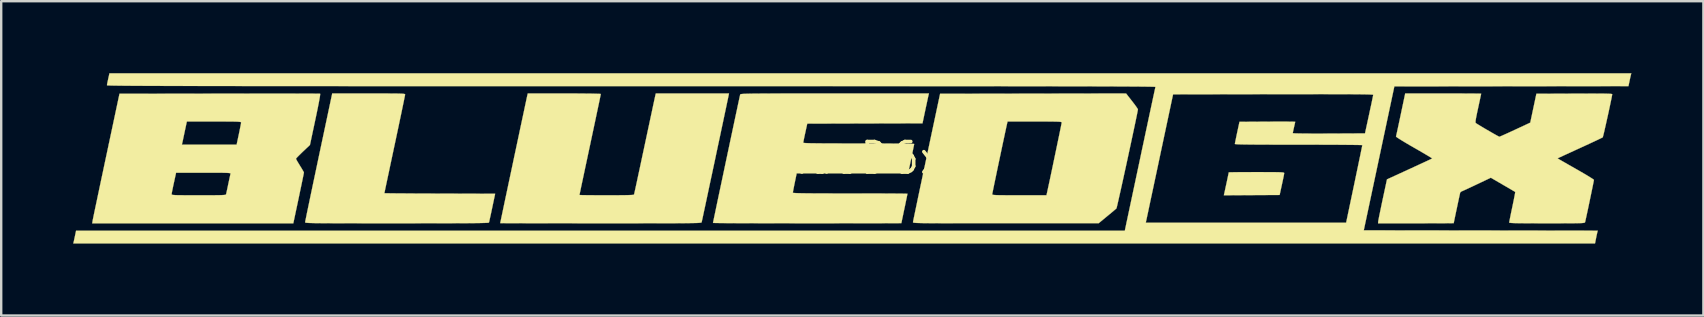
<source format=kicad_pcb>
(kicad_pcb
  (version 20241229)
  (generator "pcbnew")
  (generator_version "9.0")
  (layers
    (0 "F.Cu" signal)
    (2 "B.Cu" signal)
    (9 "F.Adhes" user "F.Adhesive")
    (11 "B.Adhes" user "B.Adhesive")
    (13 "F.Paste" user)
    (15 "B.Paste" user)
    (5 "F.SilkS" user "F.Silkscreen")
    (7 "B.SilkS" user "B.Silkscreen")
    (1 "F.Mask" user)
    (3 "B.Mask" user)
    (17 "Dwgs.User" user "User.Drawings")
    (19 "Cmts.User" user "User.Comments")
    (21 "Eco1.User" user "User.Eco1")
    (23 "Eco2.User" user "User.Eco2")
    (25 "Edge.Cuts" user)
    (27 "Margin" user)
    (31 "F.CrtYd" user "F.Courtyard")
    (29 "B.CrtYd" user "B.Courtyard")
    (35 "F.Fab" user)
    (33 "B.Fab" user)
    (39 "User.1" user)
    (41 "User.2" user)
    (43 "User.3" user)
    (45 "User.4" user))
  (footprint "BlueD6x"
    (layer "F.Cu")
    (at 32.446 3.536)
    (property "Reference" "BlueD6x" (at 0 0 0) (layer "F.SilkS") (effects (font (size 1.27 1.27) (thickness 0.15))))
    (attr through_hole)
    (fp_poly (pts (xy 17.126 0.584) (xy 17.352 0.585) (xy 17.536 0.586) (xy 17.682 0.587) (xy 17.795 0.589) (xy 17.878 0.593) (xy 17.936 0.597) (xy 17.974 0.603) (xy 17.996 0.61) (xy 18.005 0.619) (xy 18.007 0.629) (xy 18.001 0.667) (xy 17.987 0.746) (xy 17.964 0.857) (xy 17.936 0.99) (xy 17.911 1.105) (xy 17.817 1.537) (xy 16.655 1.543) (xy 15.493 1.55) (xy 15.506 1.493) (xy 15.519 1.435) (xy 15.539 1.344) (xy 15.563 1.23) (xy 15.591 1.103) (xy 15.619 0.973) (xy 15.645 0.848) (xy 15.668 0.738) (xy 15.686 0.654) (xy 15.696 0.604) (xy 15.697 0.595) (xy 15.722 0.593) (xy 15.792 0.591) (xy 15.903 0.589) (xy 16.05 0.587) (xy 16.227 0.586) (xy 16.43 0.585) (xy 16.654 0.584) (xy 16.853 0.584) (xy 17.126 0.584)) (stroke (width 0.01) (type solid)) (fill yes) (layer "F.SilkS"))
    (fp_poly (pts (xy -19.821 -2.692) (xy -19.552 -2.692) (xy -19.326 -2.691) (xy -19.14 -2.69) (xy -18.989 -2.689) (xy -18.87 -2.687) (xy -18.78 -2.684) (xy -18.714 -2.68) (xy -18.669 -2.675) (xy -18.64 -2.669) (xy -18.625 -2.662) (xy -18.619 -2.653) (xy -18.618 -2.648) (xy -18.623 -2.617) (xy -18.639 -2.54) (xy -18.663 -2.42) (xy -18.695 -2.263) (xy -18.735 -2.071) (xy -18.781 -1.848) (xy -18.834 -1.598) (xy -18.891 -1.326) (xy -18.953 -1.033) (xy -19.018 -0.726) (xy -19.05 -0.576) (xy -19.117 -0.263) (xy -19.18 0.035) (xy -19.24 0.315) (xy -19.294 0.574) (xy -19.344 0.806) (xy -19.387 1.01) (xy -19.423 1.18) (xy -19.451 1.313) (xy -19.47 1.407) (xy -19.481 1.455) (xy -19.482 1.462) (xy -19.457 1.464) (xy -19.385 1.466) (xy -19.269 1.467) (xy -19.113 1.469) (xy -18.921 1.471) (xy -18.696 1.472) (xy -18.441 1.474) (xy -18.161 1.476) (xy -17.858 1.477) (xy -17.536 1.478) (xy -17.2 1.479) (xy -17.175 1.479) (xy -14.867 1.486) (xy -14.99 2.07) (xy -15.025 2.237) (xy -15.058 2.388) (xy -15.086 2.515) (xy -15.107 2.613) (xy -15.121 2.672) (xy -15.125 2.686) (xy -15.136 2.69) (xy -15.166 2.695) (xy -15.219 2.698) (xy -15.295 2.701) (xy -15.397 2.704) (xy -15.527 2.707) (xy -15.686 2.709) (xy -15.878 2.711) (xy -16.103 2.713) (xy -16.365 2.714) (xy -16.665 2.715) (xy -17.004 2.716) (xy -17.386 2.717) (xy -17.812 2.717) (xy -18.283 2.718) (xy -18.804 2.718) (xy -18.96 2.718) (xy -19.476 2.718) (xy -19.943 2.718) (xy -20.364 2.718) (xy -20.742 2.717) (xy -21.078 2.717) (xy -21.375 2.716) (xy -21.636 2.715) (xy -21.862 2.714) (xy -22.057 2.713) (xy -22.223 2.711) (xy -22.361 2.71) (xy -22.475 2.707) (xy -22.566 2.705) (xy -22.638 2.702) (xy -22.692 2.698) (xy -22.731 2.695) (xy -22.758 2.69) (xy -22.774 2.685) (xy -22.782 2.68) (xy -22.784 2.674) (xy -22.784 2.673) (xy -22.779 2.643) (xy -22.764 2.566) (xy -22.739 2.446) (xy -22.707 2.286) (xy -22.666 2.09) (xy -22.618 1.861) (xy -22.564 1.601) (xy -22.504 1.315) (xy -22.439 1.005) (xy -22.369 0.676) (xy -22.296 0.329) (xy -22.22 -0.031) (xy -22.22 -0.032) (xy -21.655 -2.692) (xy -20.137 -2.692) (xy -19.821 -2.692)) (stroke (width 0.01) (type solid)) (fill yes) (layer "F.SilkS"))
    (fp_poly (pts (xy 11.665 -2.377) (xy 11.75 -2.267) (xy 11.822 -2.17) (xy 11.876 -2.093) (xy 11.907 -2.043) (xy 11.913 -2.03) (xy 11.907 -1.994) (xy 11.892 -1.913) (xy 11.868 -1.792) (xy 11.836 -1.636) (xy 11.797 -1.449) (xy 11.752 -1.236) (xy 11.702 -1.001) (xy 11.648 -0.748) (xy 11.591 -0.482) (xy 11.532 -0.209) (xy 11.472 0.069) (xy 11.412 0.347) (xy 11.352 0.619) (xy 11.295 0.882) (xy 11.24 1.13) (xy 11.189 1.36) (xy 11.142 1.567) (xy 11.102 1.747) (xy 11.068 1.894) (xy 11.042 2.006) (xy 11.024 2.076) (xy 11.016 2.1) (xy 10.987 2.125) (xy 10.926 2.177) (xy 10.84 2.25) (xy 10.734 2.337) (xy 10.63 2.423) (xy 10.274 2.717) (xy 6.407 2.717) (xy 5.889 2.717) (xy 5.418 2.717) (xy 4.994 2.717) (xy 4.614 2.717) (xy 4.275 2.717) (xy 3.975 2.716) (xy 3.711 2.715) (xy 3.482 2.714) (xy 3.284 2.713) (xy 3.116 2.711) (xy 2.976 2.71) (xy 2.86 2.707) (xy 2.766 2.705) (xy 2.693 2.702) (xy 2.637 2.699) (xy 2.597 2.695) (xy 2.569 2.691) (xy 2.552 2.686) (xy 2.544 2.681) (xy 2.541 2.675) (xy 2.541 2.673) (xy 2.546 2.643) (xy 2.561 2.566) (xy 2.586 2.446) (xy 2.619 2.287) (xy 2.66 2.09) (xy 2.708 1.861) (xy 2.762 1.601) (xy 2.782 1.508) (xy 5.842 1.508) (xy 5.846 1.518) (xy 5.859 1.526) (xy 5.888 1.533) (xy 5.934 1.538) (xy 6.004 1.542) (xy 6.102 1.545) (xy 6.231 1.547) (xy 6.396 1.548) (xy 6.602 1.549) (xy 6.852 1.549) (xy 6.972 1.549) (xy 8.102 1.549) (xy 8.115 1.492) (xy 8.132 1.418) (xy 8.156 1.304) (xy 8.188 1.157) (xy 8.226 0.981) (xy 8.268 0.783) (xy 8.314 0.566) (xy 8.362 0.338) (xy 8.411 0.102) (xy 8.461 -0.136) (xy 8.51 -0.37) (xy 8.557 -0.596) (xy 8.601 -0.807) (xy 8.641 -0.998) (xy 8.675 -1.165) (xy 8.703 -1.302) (xy 8.723 -1.404) (xy 8.735 -1.464) (xy 8.738 -1.48) (xy 8.735 -1.49) (xy 8.724 -1.499) (xy 8.702 -1.506) (xy 8.662 -1.512) (xy 8.601 -1.516) (xy 8.515 -1.519) (xy 8.399 -1.521) (xy 8.248 -1.523) (xy 8.059 -1.524) (xy 7.828 -1.524) (xy 7.61 -1.524) (xy 6.483 -1.524) (xy 6.468 -1.467) (xy 6.456 -1.414) (xy 6.435 -1.319) (xy 6.407 -1.188) (xy 6.372 -1.026) (xy 6.332 -0.838) (xy 6.287 -0.63) (xy 6.24 -0.407) (xy 6.191 -0.175) (xy 6.141 0.062) (xy 6.091 0.298) (xy 6.043 0.527) (xy 5.998 0.745) (xy 5.956 0.946) (xy 5.919 1.124) (xy 5.888 1.275) (xy 5.864 1.392) (xy 5.848 1.471) (xy 5.842 1.507) (xy 5.842 1.508) (xy 2.782 1.508) (xy 2.822 1.315) (xy 2.888 1.006) (xy 2.957 0.676) (xy 3.031 0.33) (xy 3.106 -0.025) (xy 3.671 -2.68) (xy 11.418 -2.693) (xy 11.665 -2.377)) (stroke (width 0.01) (type solid)) (fill yes) (layer "F.SilkS"))
    (fp_poly (pts (xy -23.873 -2.688) (xy -23.538 -2.688) (xy -23.234 -2.688) (xy -22.962 -2.687) (xy -22.725 -2.687) (xy -22.525 -2.686) (xy -22.367 -2.685) (xy -22.251 -2.684) (xy -22.181 -2.683) (xy -22.159 -2.682) (xy -22.157 -2.655) (xy -22.166 -2.578) (xy -22.187 -2.454) (xy -22.219 -2.283) (xy -22.262 -2.066) (xy -22.316 -1.804) (xy -22.357 -1.609) (xy -22.583 -0.546) (xy -22.874 -0.271) (xy -22.973 -0.175) (xy -23.058 -0.091) (xy -23.122 -0.025) (xy -23.158 0.017) (xy -23.165 0.028) (xy -23.152 0.058) (xy -23.117 0.121) (xy -23.065 0.208) (xy -23.002 0.311) (xy -23 0.315) (xy -22.936 0.418) (xy -22.884 0.506) (xy -22.848 0.569) (xy -22.834 0.6) (xy -22.834 0.6) (xy -22.839 0.629) (xy -22.853 0.702) (xy -22.876 0.815) (xy -22.906 0.961) (xy -22.942 1.136) (xy -22.984 1.334) (xy -23.029 1.55) (xy -23.054 1.67) (xy -23.276 2.718) (xy -31.654 2.718) (xy -31.637 2.61) (xy -31.63 2.571) (xy -31.612 2.485) (xy -31.586 2.357) (xy -31.551 2.189) (xy -31.508 1.985) (xy -31.458 1.749) (xy -31.407 1.506) (xy -28.346 1.506) (xy -28.344 1.516) (xy -28.332 1.525) (xy -28.307 1.532) (xy -28.266 1.537) (xy -28.202 1.542) (xy -28.112 1.545) (xy -27.992 1.547) (xy -27.837 1.548) (xy -27.643 1.549) (xy -27.406 1.549) (xy -27.218 1.549) (xy -26.948 1.549) (xy -26.725 1.549) (xy -26.544 1.548) (xy -26.401 1.546) (xy -26.29 1.544) (xy -26.208 1.54) (xy -26.151 1.536) (xy -26.113 1.53) (xy -26.091 1.522) (xy -26.08 1.513) (xy -26.077 1.505) (xy -26.067 1.465) (xy -26.05 1.386) (xy -26.026 1.277) (xy -25.999 1.147) (xy -25.985 1.079) (xy -25.956 0.944) (xy -25.93 0.823) (xy -25.909 0.728) (xy -25.896 0.668) (xy -25.892 0.654) (xy -25.891 0.644) (xy -25.899 0.635) (xy -25.919 0.628) (xy -25.956 0.622) (xy -26.014 0.618) (xy -26.097 0.615) (xy -26.21 0.612) (xy -26.357 0.611) (xy -26.543 0.61) (xy -26.77 0.61) (xy -27.02 0.61) (xy -28.16 0.61) (xy -28.253 1.036) (xy -28.284 1.179) (xy -28.31 1.307) (xy -28.331 1.411) (xy -28.343 1.481) (xy -28.346 1.506) (xy -31.407 1.506) (xy -31.402 1.484) (xy -31.341 1.193) (xy -31.275 0.88) (xy -31.204 0.548) (xy -31.131 0.201) (xy -31.069 -0.089) (xy -30.969 -0.559) (xy -27.92 -0.559) (xy -25.638 -0.559) (xy -25.544 -0.999) (xy -25.514 -1.145) (xy -25.488 -1.275) (xy -25.467 -1.381) (xy -25.454 -1.453) (xy -25.451 -1.482) (xy -25.454 -1.492) (xy -25.467 -1.5) (xy -25.494 -1.507) (xy -25.539 -1.512) (xy -25.606 -1.517) (xy -25.701 -1.52) (xy -25.826 -1.522) (xy -25.987 -1.523) (xy -26.188 -1.524) (xy -26.433 -1.524) (xy -26.581 -1.524) (xy -27.71 -1.524) (xy -27.724 -1.467) (xy -27.733 -1.422) (xy -27.751 -1.339) (xy -27.775 -1.226) (xy -27.803 -1.096) (xy -27.814 -1.041) (xy -27.843 -0.907) (xy -27.868 -0.786) (xy -27.889 -0.689) (xy -27.903 -0.628) (xy -27.906 -0.616) (xy -27.92 -0.559) (xy -30.969 -0.559) (xy -30.518 -2.68) (xy -26.352 -2.686) (xy -25.896 -2.687) (xy -25.453 -2.687) (xy -25.027 -2.688) (xy -24.62 -2.688) (xy -24.234 -2.688) (xy -23.873 -2.688)) (stroke (width 0.01) (type solid)) (fill yes) (layer "F.SilkS"))
    (fp_poly (pts (xy -11.712 -2.692) (xy -11.453 -2.691) (xy -11.216 -2.689) (xy -11.003 -2.687) (xy -10.82 -2.685) (xy -10.67 -2.681) (xy -10.558 -2.678) (xy -10.488 -2.674) (xy -10.465 -2.67) (xy -10.47 -2.643) (xy -10.485 -2.569) (xy -10.509 -2.453) (xy -10.541 -2.299) (xy -10.581 -2.109) (xy -10.628 -1.888) (xy -10.68 -1.64) (xy -10.738 -1.367) (xy -10.8 -1.075) (xy -10.866 -0.766) (xy -10.909 -0.562) (xy -10.977 -0.245) (xy -11.041 0.058) (xy -11.102 0.343) (xy -11.158 0.607) (xy -11.208 0.844) (xy -11.253 1.053) (xy -11.29 1.229) (xy -11.319 1.369) (xy -11.34 1.469) (xy -11.352 1.525) (xy -11.354 1.536) (xy -11.329 1.539) (xy -11.259 1.542) (xy -11.148 1.544) (xy -11.002 1.546) (xy -10.825 1.547) (xy -10.623 1.549) (xy -10.401 1.549) (xy -10.223 1.549) (xy -9.941 1.549) (xy -9.706 1.548) (xy -9.515 1.546) (xy -9.364 1.544) (xy -9.249 1.54) (xy -9.166 1.536) (xy -9.113 1.53) (xy -9.086 1.523) (xy -9.08 1.518) (xy -9.073 1.488) (xy -9.056 1.413) (xy -9.03 1.296) (xy -8.996 1.14) (xy -8.955 0.95) (xy -8.908 0.728) (xy -8.854 0.48) (xy -8.796 0.208) (xy -8.734 -0.083) (xy -8.668 -0.391) (xy -8.635 -0.546) (xy -8.568 -0.86) (xy -8.504 -1.161) (xy -8.443 -1.445) (xy -8.387 -1.708) (xy -8.336 -1.945) (xy -8.292 -2.154) (xy -8.254 -2.33) (xy -8.224 -2.47) (xy -8.202 -2.57) (xy -8.19 -2.625) (xy -8.188 -2.635) (xy -8.173 -2.692) (xy -5.124 -2.692) (xy -5.141 -2.61) (xy -5.152 -2.557) (xy -5.172 -2.46) (xy -5.201 -2.324) (xy -5.237 -2.151) (xy -5.28 -1.948) (xy -5.329 -1.716) (xy -5.383 -1.461) (xy -5.442 -1.185) (xy -5.503 -0.894) (xy -5.568 -0.592) (xy -5.634 -0.281) (xy -5.7 0.034) (xy -5.767 0.348) (xy -5.833 0.659) (xy -5.898 0.961) (xy -5.96 1.252) (xy -6.018 1.526) (xy -6.072 1.78) (xy -6.121 2.011) (xy -6.165 2.214) (xy -6.201 2.384) (xy -6.23 2.519) (xy -6.251 2.614) (xy -6.262 2.665) (xy -6.264 2.673) (xy -6.268 2.679) (xy -6.276 2.684) (xy -6.292 2.689) (xy -6.318 2.693) (xy -6.356 2.697) (xy -6.408 2.701) (xy -6.476 2.704) (xy -6.564 2.706) (xy -6.672 2.708) (xy -6.804 2.71) (xy -6.961 2.712) (xy -7.147 2.714) (xy -7.362 2.715) (xy -7.61 2.716) (xy -7.893 2.716) (xy -8.213 2.717) (xy -8.572 2.717) (xy -8.973 2.718) (xy -9.418 2.718) (xy -9.908 2.718) (xy -10.448 2.718) (xy -10.467 2.718) (xy -10.924 2.718) (xy -11.367 2.718) (xy -11.794 2.717) (xy -12.201 2.717) (xy -12.586 2.717) (xy -12.947 2.716) (xy -13.281 2.716) (xy -13.585 2.715) (xy -13.857 2.714) (xy -14.093 2.713) (xy -14.292 2.713) (xy -14.45 2.712) (xy -14.565 2.711) (xy -14.635 2.71) (xy -14.656 2.709) (xy -14.651 2.683) (xy -14.636 2.612) (xy -14.612 2.499) (xy -14.58 2.348) (xy -14.541 2.163) (xy -14.496 1.948) (xy -14.445 1.707) (xy -14.389 1.444) (xy -14.33 1.163) (xy -14.267 0.867) (xy -14.202 0.562) (xy -14.136 0.25) (xy -14.07 -0.064) (xy -14.003 -0.376) (xy -13.938 -0.683) (xy -13.875 -0.98) (xy -13.815 -1.264) (xy -13.758 -1.53) (xy -13.706 -1.775) (xy -13.659 -1.994) (xy -13.619 -2.185) (xy -13.585 -2.342) (xy -13.56 -2.461) (xy -13.543 -2.54) (xy -13.536 -2.572) (xy -13.508 -2.692) (xy -11.986 -2.692) (xy -11.712 -2.692)) (stroke (width 0.01) (type solid)) (fill yes) (layer "F.SilkS"))
    (fp_poly (pts (xy 3.192 -2.637) (xy 3.182 -2.596) (xy 3.164 -2.514) (xy 3.139 -2.398) (xy 3.109 -2.256) (xy 3.074 -2.096) (xy 3.057 -2.014) (xy 2.937 -1.448) (xy 0.537 -1.442) (xy -1.864 -1.435) (xy -1.947 -1.054) (xy -1.976 -0.92) (xy -2.001 -0.802) (xy -2.019 -0.71) (xy -2.029 -0.654) (xy -2.031 -0.641) (xy -2.022 -0.636) (xy -1.992 -0.631) (xy -1.939 -0.626) (xy -1.86 -0.623) (xy -1.753 -0.619) (xy -1.615 -0.617) (xy -1.443 -0.615) (xy -1.236 -0.613) (xy -0.989 -0.612) (xy -0.701 -0.611) (xy -0.37 -0.61) (xy 0.009 -0.61) (xy 0.279 -0.61) (xy 0.617 -0.609) (xy 0.94 -0.609) (xy 1.245 -0.608) (xy 1.527 -0.606) (xy 1.784 -0.604) (xy 2.012 -0.602) (xy 2.208 -0.6) (xy 2.367 -0.597) (xy 2.486 -0.594) (xy 2.562 -0.591) (xy 2.591 -0.588) (xy 2.591 -0.588) (xy 2.586 -0.559) (xy 2.572 -0.49) (xy 2.551 -0.387) (xy 2.526 -0.261) (xy 2.496 -0.118) (xy 2.465 0.031) (xy 2.434 0.179) (xy 2.405 0.317) (xy 2.38 0.436) (xy 2.36 0.529) (xy 2.349 0.578) (xy 2.336 0.635) (xy -2.304 0.635) (xy -2.384 1.022) (xy -2.412 1.158) (xy -2.435 1.277) (xy -2.453 1.37) (xy -2.463 1.428) (xy -2.464 1.441) (xy -2.455 1.447) (xy -2.425 1.452) (xy -2.372 1.456) (xy -2.293 1.46) (xy -2.186 1.463) (xy -2.048 1.466) (xy -1.877 1.468) (xy -1.671 1.47) (xy -1.426 1.471) (xy -1.139 1.472) (xy -0.81 1.473) (xy -0.434 1.473) (xy -0.076 1.473) (xy 0.267 1.473) (xy 0.596 1.474) (xy 0.906 1.474) (xy 1.195 1.475) (xy 1.458 1.476) (xy 1.693 1.477) (xy 1.895 1.479) (xy 2.061 1.48) (xy 2.188 1.482) (xy 2.272 1.484) (xy 2.31 1.485) (xy 2.311 1.486) (xy 2.306 1.513) (xy 2.292 1.583) (xy 2.27 1.689) (xy 2.242 1.824) (xy 2.21 1.981) (xy 2.184 2.101) (xy 2.149 2.268) (xy 2.118 2.418) (xy 2.091 2.544) (xy 2.072 2.639) (xy 2.06 2.696) (xy 2.057 2.71) (xy 2.032 2.711) (xy 1.959 2.712) (xy 1.841 2.713) (xy 1.68 2.713) (xy 1.479 2.714) (xy 1.241 2.715) (xy 0.969 2.715) (xy 0.665 2.716) (xy 0.332 2.716) (xy -0.027 2.717) (xy -0.409 2.717) (xy -0.812 2.718) (xy -1.233 2.718) (xy -1.67 2.718) (xy -1.867 2.718) (xy -2.309 2.718) (xy -2.737 2.717) (xy -3.149 2.717) (xy -3.541 2.716) (xy -3.911 2.715) (xy -4.255 2.714) (xy -4.572 2.713) (xy -4.859 2.712) (xy -5.112 2.71) (xy -5.33 2.709) (xy -5.509 2.707) (xy -5.646 2.705) (xy -5.74 2.703) (xy -5.786 2.701) (xy -5.791 2.7) (xy -5.786 2.673) (xy -5.771 2.601) (xy -5.747 2.486) (xy -5.715 2.334) (xy -5.676 2.148) (xy -5.631 1.932) (xy -5.58 1.689) (xy -5.524 1.425) (xy -5.464 1.142) (xy -5.401 0.845) (xy -5.336 0.538) (xy -5.27 0.224) (xy -5.203 -0.092) (xy -5.136 -0.407) (xy -5.071 -0.716) (xy -5.007 -1.016) (xy -4.946 -1.303) (xy -4.889 -1.572) (xy -4.836 -1.821) (xy -4.788 -2.044) (xy -4.747 -2.238) (xy -4.712 -2.399) (xy -4.685 -2.524) (xy -4.667 -2.607) (xy -4.658 -2.646) (xy -4.658 -2.648) (xy -4.654 -2.654) (xy -4.645 -2.659) (xy -4.629 -2.664) (xy -4.603 -2.668) (xy -4.564 -2.672) (xy -4.511 -2.676) (xy -4.44 -2.679) (xy -4.351 -2.681) (xy -4.24 -2.684) (xy -4.104 -2.686) (xy -3.942 -2.687) (xy -3.752 -2.689) (xy -3.53 -2.69) (xy -3.275 -2.691) (xy -2.984 -2.691) (xy -2.655 -2.692) (xy -2.285 -2.692) (xy -1.873 -2.692) (xy -1.415 -2.692) (xy -0.909 -2.692) (xy -0.719 -2.692) (xy 3.206 -2.692) (xy 3.192 -2.637)) (stroke (width 0.01) (type solid)) (fill yes) (layer "F.SilkS"))
    (fp_poly (pts (xy 24.909 -2.692) (xy 25.171 -2.692) (xy 25.414 -2.691) (xy 25.633 -2.69) (xy 25.823 -2.689) (xy 25.98 -2.688) (xy 26.1 -2.686) (xy 26.179 -2.685) (xy 26.212 -2.683) (xy 26.213 -2.683) (xy 26.208 -2.657) (xy 26.193 -2.588) (xy 26.171 -2.483) (xy 26.142 -2.349) (xy 26.109 -2.194) (xy 26.085 -2.082) (xy 26.043 -1.889) (xy 26.013 -1.74) (xy 25.992 -1.629) (xy 25.981 -1.551) (xy 25.978 -1.5) (xy 25.983 -1.471) (xy 25.989 -1.461) (xy 26.023 -1.437) (xy 26.092 -1.394) (xy 26.187 -1.336) (xy 26.301 -1.268) (xy 26.426 -1.194) (xy 26.555 -1.12) (xy 26.679 -1.048) (xy 26.79 -0.985) (xy 26.882 -0.934) (xy 26.945 -0.901) (xy 26.972 -0.889) (xy 27.001 -0.899) (xy 27.069 -0.928) (xy 27.171 -0.974) (xy 27.301 -1.032) (xy 27.452 -1.101) (xy 27.617 -1.178) (xy 27.627 -1.182) (xy 28.258 -1.476) (xy 28.514 -2.68) (xy 30.094 -2.686) (xy 30.428 -2.687) (xy 30.715 -2.688) (xy 30.957 -2.688) (xy 31.157 -2.687) (xy 31.32 -2.686) (xy 31.448 -2.683) (xy 31.543 -2.68) (xy 31.61 -2.676) (xy 31.652 -2.67) (xy 31.671 -2.664) (xy 31.673 -2.661) (xy 31.667 -2.621) (xy 31.652 -2.539) (xy 31.629 -2.424) (xy 31.599 -2.282) (xy 31.565 -2.119) (xy 31.527 -1.942) (xy 31.487 -1.759) (xy 31.446 -1.576) (xy 31.407 -1.4) (xy 31.37 -1.238) (xy 31.338 -1.097) (xy 31.31 -0.983) (xy 31.29 -0.904) (xy 31.279 -0.867) (xy 31.278 -0.865) (xy 31.25 -0.849) (xy 31.182 -0.816) (xy 31.077 -0.765) (xy 30.941 -0.701) (xy 30.779 -0.626) (xy 30.596 -0.541) (xy 30.397 -0.45) (xy 30.328 -0.418) (xy 30.125 -0.325) (xy 29.938 -0.239) (xy 29.771 -0.163) (xy 29.628 -0.097) (xy 29.516 -0.045) (xy 29.437 -0.009) (xy 29.399 0.009) (xy 29.395 0.01) (xy 29.415 0.023) (xy 29.475 0.059) (xy 29.568 0.113) (xy 29.691 0.183) (xy 29.838 0.268) (xy 30.004 0.362) (xy 30.15 0.445) (xy 30.329 0.548) (xy 30.493 0.643) (xy 30.637 0.728) (xy 30.755 0.801) (xy 30.844 0.857) (xy 30.897 0.894) (xy 30.911 0.908) (xy 30.906 0.939) (xy 30.892 1.013) (xy 30.87 1.122) (xy 30.842 1.26) (xy 30.809 1.419) (xy 30.773 1.593) (xy 30.735 1.775) (xy 30.697 1.957) (xy 30.66 2.133) (xy 30.625 2.296) (xy 30.594 2.439) (xy 30.569 2.554) (xy 30.551 2.634) (xy 30.541 2.673) (xy 30.536 2.682) (xy 30.524 2.69) (xy 30.501 2.697) (xy 30.464 2.702) (xy 30.409 2.707) (xy 30.332 2.71) (xy 30.23 2.713) (xy 30.098 2.715) (xy 29.933 2.716) (xy 29.731 2.717) (xy 29.489 2.718) (xy 29.203 2.718) (xy 28.954 2.718) (xy 28.62 2.718) (xy 28.333 2.717) (xy 28.091 2.716) (xy 27.89 2.714) (xy 27.728 2.712) (xy 27.601 2.709) (xy 27.506 2.705) (xy 27.44 2.7) (xy 27.4 2.695) (xy 27.382 2.689) (xy 27.381 2.686) (xy 27.386 2.653) (xy 27.4 2.578) (xy 27.422 2.467) (xy 27.45 2.328) (xy 27.483 2.168) (xy 27.511 2.037) (xy 27.546 1.867) (xy 27.577 1.715) (xy 27.602 1.586) (xy 27.621 1.488) (xy 27.63 1.428) (xy 27.632 1.411) (xy 27.608 1.397) (xy 27.547 1.361) (xy 27.454 1.306) (xy 27.337 1.237) (xy 27.2 1.158) (xy 27.119 1.111) (xy 26.616 0.818) (xy 26.027 1.097) (xy 25.865 1.174) (xy 25.717 1.243) (xy 25.589 1.303) (xy 25.488 1.349) (xy 25.42 1.379) (xy 25.394 1.39) (xy 25.35 1.422) (xy 25.338 1.444) (xy 25.33 1.477) (xy 25.314 1.55) (xy 25.291 1.656) (xy 25.263 1.786) (xy 25.232 1.931) (xy 25.2 2.085) (xy 25.167 2.238) (xy 25.137 2.382) (xy 25.11 2.51) (xy 25.089 2.613) (xy 25.075 2.682) (xy 25.07 2.71) (xy 25.07 2.71) (xy 25.045 2.711) (xy 24.974 2.713) (xy 24.861 2.714) (xy 24.709 2.715) (xy 24.525 2.716) (xy 24.311 2.717) (xy 24.072 2.717) (xy 23.813 2.718) (xy 23.537 2.718) (xy 23.495 2.718) (xy 21.92 2.718) (xy 21.921 2.661) (xy 21.926 2.623) (xy 21.941 2.542) (xy 21.964 2.423) (xy 21.995 2.274) (xy 22.031 2.099) (xy 22.071 1.905) (xy 22.105 1.745) (xy 22.289 0.887) (xy 23.226 0.457) (xy 23.429 0.363) (xy 23.618 0.276) (xy 23.787 0.198) (xy 23.932 0.131) (xy 24.047 0.077) (xy 24.128 0.039) (xy 24.169 0.018) (xy 24.173 0.016) (xy 24.155 0.001) (xy 24.097 -0.035) (xy 24.004 -0.091) (xy 23.883 -0.163) (xy 23.736 -0.249) (xy 23.571 -0.345) (xy 23.419 -0.432) (xy 23.232 -0.539) (xy 23.065 -0.638) (xy 22.921 -0.725) (xy 22.805 -0.797) (xy 22.721 -0.852) (xy 22.673 -0.887) (xy 22.665 -0.898) (xy 22.672 -0.929) (xy 22.689 -1.004) (xy 22.714 -1.116) (xy 22.745 -1.261) (xy 22.782 -1.433) (xy 22.823 -1.625) (xy 22.862 -1.81) (xy 23.048 -2.692) (xy 24.63 -2.692) (xy 24.909 -2.692)) (stroke (width 0.01) (type solid)) (fill yes) (layer "F.SilkS"))
    (fp_poly (pts (xy 32.452 -3.473) (xy 32.44 -3.422) (xy 32.421 -3.338) (xy 32.399 -3.235) (xy 32.393 -3.207) (xy 32.349 -2.997) (xy 22.596 -2.985) (xy 21.322 3.01) (xy 26.196 3.016) (xy 31.07 3.023) (xy 31.055 3.08) (xy 31.043 3.131) (xy 31.024 3.216) (xy 31.003 3.318) (xy 30.998 3.346) (xy 30.956 3.556) (xy -32.441 3.556) (xy -32.428 3.499) (xy -32.416 3.448) (xy -32.398 3.363) (xy -32.376 3.261) (xy -32.37 3.232) (xy -32.326 3.023) (xy 11.367 3.023) (xy 11.437 2.692) (xy 12.239 2.692) (xy 20.587 2.692) (xy 20.925 1.086) (xy 20.983 0.808) (xy 21.038 0.544) (xy 21.089 0.3) (xy 21.135 0.078) (xy 21.176 -0.116) (xy 21.209 -0.279) (xy 21.235 -0.406) (xy 21.253 -0.493) (xy 21.261 -0.536) (xy 21.261 -0.54) (xy 21.236 -0.542) (xy 21.164 -0.545) (xy 21.047 -0.547) (xy 20.889 -0.549) (xy 20.695 -0.551) (xy 20.465 -0.553) (xy 20.206 -0.555) (xy 19.918 -0.556) (xy 19.607 -0.557) (xy 19.274 -0.558) (xy 18.924 -0.559) (xy 18.605 -0.559) (xy 18.165 -0.559) (xy 17.772 -0.559) (xy 17.426 -0.56) (xy 17.123 -0.561) (xy 16.861 -0.562) (xy 16.638 -0.564) (xy 16.451 -0.566) (xy 16.298 -0.568) (xy 16.177 -0.571) (xy 16.084 -0.574) (xy 16.018 -0.578) (xy 15.975 -0.583) (xy 15.955 -0.587) (xy 15.952 -0.591) (xy 15.957 -0.625) (xy 15.972 -0.7) (xy 15.994 -0.807) (xy 16.021 -0.939) (xy 16.048 -1.067) (xy 16.144 -1.511) (xy 17.305 -1.518) (xy 17.542 -1.519) (xy 17.763 -1.52) (xy 17.963 -1.52) (xy 18.136 -1.519) (xy 18.278 -1.518) (xy 18.384 -1.516) (xy 18.448 -1.515) (xy 18.466 -1.513) (xy 18.46 -1.484) (xy 18.446 -1.418) (xy 18.425 -1.327) (xy 18.415 -1.283) (xy 18.392 -1.182) (xy 18.375 -1.1) (xy 18.365 -1.049) (xy 18.364 -1.04) (xy 18.389 -1.035) (xy 18.464 -1.03) (xy 18.586 -1.027) (xy 18.754 -1.024) (xy 18.967 -1.022) (xy 19.223 -1.021) (xy 19.521 -1.021) (xy 19.858 -1.022) (xy 19.869 -1.022) (xy 21.373 -1.029) (xy 21.544 -1.816) (xy 21.585 -2.01) (xy 21.624 -2.188) (xy 21.657 -2.345) (xy 21.684 -2.475) (xy 21.703 -2.57) (xy 21.714 -2.625) (xy 21.715 -2.635) (xy 21.707 -2.64) (xy 21.679 -2.643) (xy 21.63 -2.647) (xy 21.558 -2.65) (xy 21.461 -2.653) (xy 21.336 -2.655) (xy 21.183 -2.657) (xy 20.999 -2.659) (xy 20.782 -2.66) (xy 20.531 -2.661) (xy 20.242 -2.662) (xy 19.915 -2.662) (xy 19.547 -2.663) (xy 19.136 -2.662) (xy 18.68 -2.662) (xy 18.178 -2.662) (xy 17.628 -2.661) (xy 17.547 -2.661) (xy 13.377 -2.654) (xy 12.826 -0.064) (xy 12.751 0.293) (xy 12.678 0.636) (xy 12.608 0.963) (xy 12.543 1.27) (xy 12.482 1.555) (xy 12.427 1.812) (xy 12.379 2.04) (xy 12.338 2.234) (xy 12.304 2.392) (xy 12.279 2.51) (xy 12.263 2.584) (xy 12.257 2.61) (xy 12.239 2.692) (xy 11.437 2.692) (xy 12 0.044) (xy 12.08 -0.337) (xy 12.159 -0.704) (xy 12.233 -1.055) (xy 12.304 -1.385) (xy 12.369 -1.693) (xy 12.43 -1.976) (xy 12.484 -2.229) (xy 12.531 -2.449) (xy 12.571 -2.635) (xy 12.603 -2.783) (xy 12.626 -2.889) (xy 12.64 -2.95) (xy 12.643 -2.965) (xy 12.635 -2.967) (xy 12.609 -2.969) (xy 12.565 -2.971) (xy 12.501 -2.973) (xy 12.416 -2.974) (xy 12.31 -2.976) (xy 12.182 -2.977) (xy 12.031 -2.979) (xy 11.856 -2.98) (xy 11.656 -2.981) (xy 11.43 -2.983) (xy 11.178 -2.984) (xy 10.899 -2.985) (xy 10.591 -2.986) (xy 10.255 -2.987) (xy 9.889 -2.988) (xy 9.491 -2.989) (xy 9.062 -2.99) (xy 8.601 -2.99) (xy 8.106 -2.991) (xy 7.578 -2.992) (xy 7.014 -2.992) (xy 6.414 -2.993) (xy 5.777 -2.994) (xy 5.103 -2.994) (xy 4.39 -2.995) (xy 3.638 -2.995) (xy 2.845 -2.995) (xy 2.012 -2.996) (xy 1.137 -2.996) (xy 0.218 -2.996) (xy -0.744 -2.996) (xy -1.75 -2.997) (xy -2.802 -2.997) (xy -3.9 -2.997) (xy -5.045 -2.997) (xy -6.238 -2.997) (xy -7.479 -2.997) (xy -8.771 -2.997) (xy -9.192 -2.997) (xy -10.472 -2.997) (xy -11.702 -2.997) (xy -12.883 -2.997) (xy -14.017 -2.997) (xy -15.103 -2.997) (xy -16.143 -2.998) (xy -17.138 -2.998) (xy -18.09 -2.998) (xy -18.998 -2.998) (xy -19.863 -2.998) (xy -20.688 -2.998) (xy -21.472 -2.999) (xy -22.217 -2.999) (xy -22.924 -2.999) (xy -23.593 -3) (xy -24.226 -3) (xy -24.823 -3.001) (xy -25.386 -3.001) (xy -25.915 -3.002) (xy -26.412 -3.002) (xy -26.877 -3.003) (xy -27.311 -3.004) (xy -27.716 -3.004) (xy -28.092 -3.005) (xy -28.44 -3.006) (xy -28.761 -3.007) (xy -29.056 -3.008) (xy -29.326 -3.009) (xy -29.572 -3.01) (xy -29.796 -3.011) (xy -29.997 -3.012) (xy -30.177 -3.014) (xy -30.337 -3.015) (xy -30.477 -3.016) (xy -30.6 -3.018) (xy -30.705 -3.019) (xy -30.794 -3.021) (xy -30.867 -3.023) (xy -30.926 -3.024) (xy -30.972 -3.026) (xy -31.005 -3.028) (xy -31.026 -3.03) (xy -31.037 -3.032) (xy -31.039 -3.034) (xy -31.034 -3.076) (xy -31.02 -3.151) (xy -31 -3.243) (xy -31 -3.243) (xy -30.979 -3.34) (xy -30.96 -3.423) (xy -30.949 -3.473) (xy -30.936 -3.531) (xy 32.467 -3.531) (xy 32.452 -3.473)) (stroke (width 0.01) (type solid)) (fill yes) (layer "F.SilkS")))
  (gr_rect
    (start -3 -3)
    (end 67.918 10.097)
    (stroke (width 0.1) (type default))
    (fill no)
    (layer "Edge.Cuts")))
</source>
